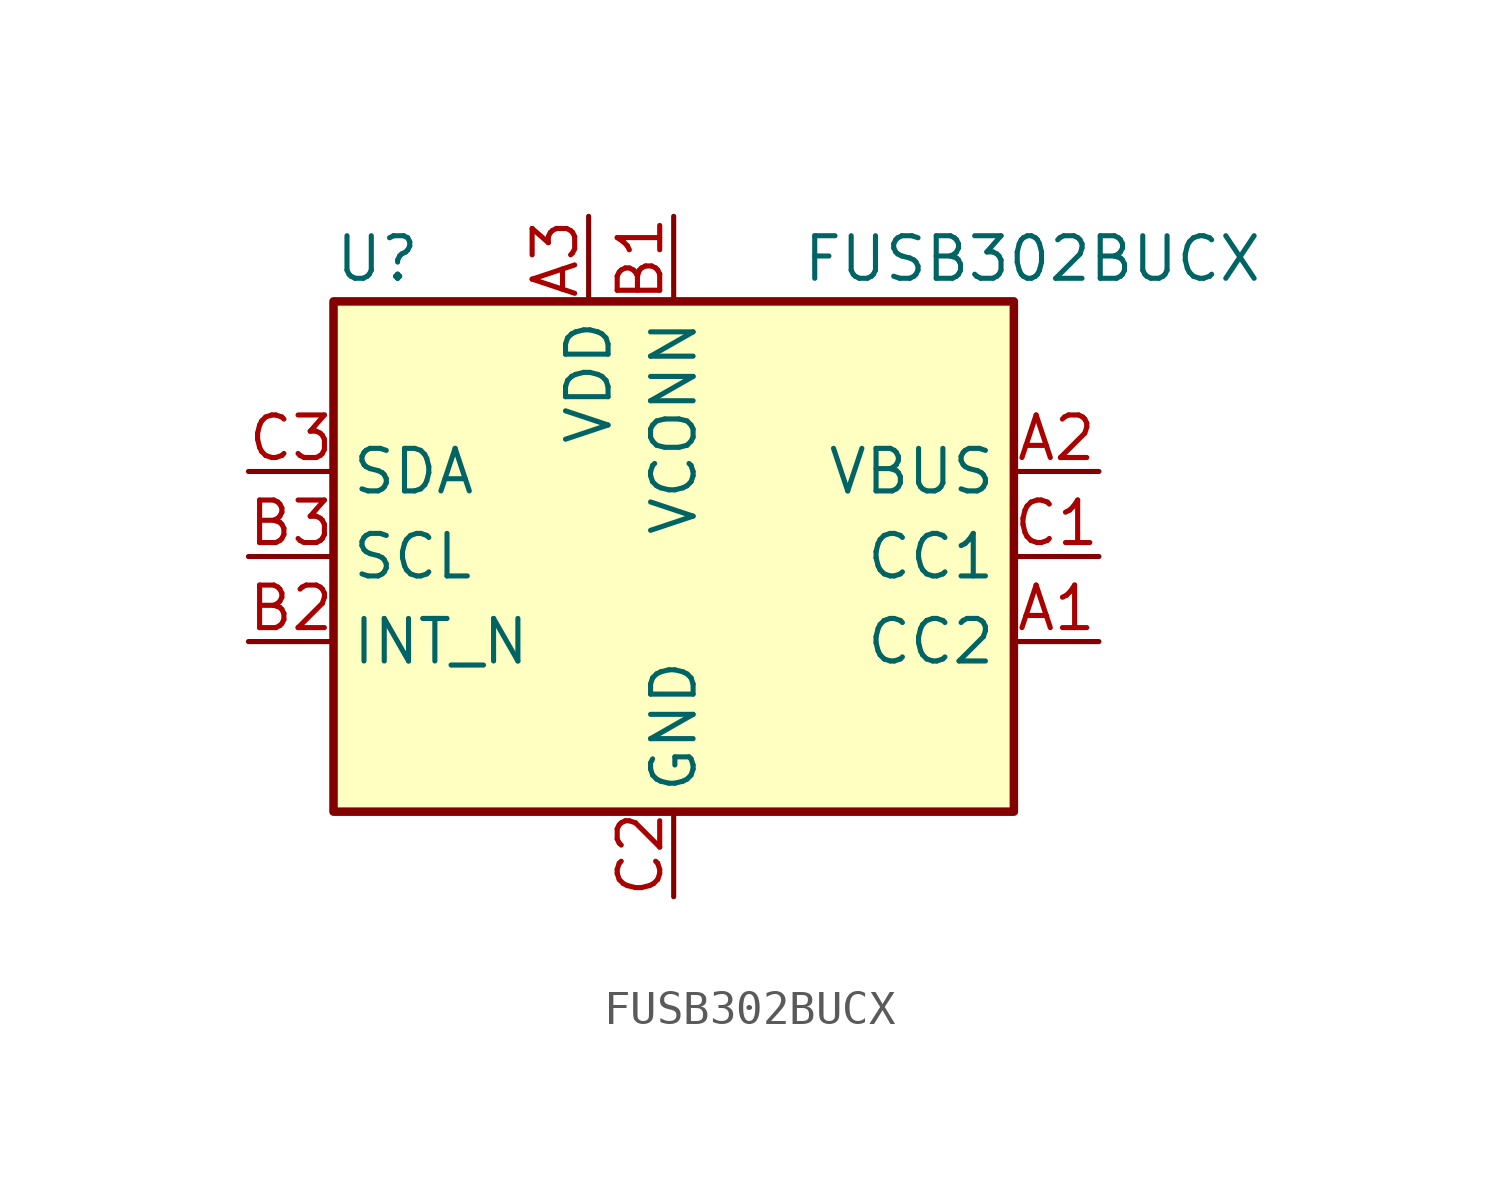
<source format=kicad_sym>
(kicad_symbol_lib
  (version 20220914)
  (generator kicad_symbol_editor)
  (symbol "FUSB302BUCX"
    (property "Reference" "U"
      (at -10.16 8.89 0)
      (effects (font (size 1.27 1.27)) (justify left)))
    (property "Value" "FUSB302BUCX"
      (at 3.81 8.89 0)
      (effects (font (size 1.27 1.27)) (justify left)))
    (symbol "FUSB302BUCX_0_1"
      (rectangle (start -10.16 7.62) (end 10.16 -7.62) (stroke (width 0.254) (type default)) (fill (type background))))
    (symbol "FUSB302BUCX_1_1"
      (pin bidirectional line (at 12.7 -2.54 180) (length 2.54) (name "CC2" (effects (font (size 1.27 1.27)))) (number "A1" (effects (font (size 1.27 1.27)))))
      (pin input line (at 12.7 2.54 180) (length 2.54) (name "VBUS" (effects (font (size 1.27 1.27)))) (number "A2" (effects (font (size 1.27 1.27)))))
      (pin power_in line (at -2.54 10.16 270) (length 2.54) (name "VDD" (effects (font (size 1.27 1.27)))) (number "A3" (effects (font (size 1.27 1.27)))))
      (pin power_in line (at 0 10.16 270) (length 2.54) (name "VCONN" (effects (font (size 1.27 1.27)))) (number "B1" (effects (font (size 1.27 1.27)))))
      (pin open_collector line (at -12.7 -2.54 0) (length 2.54) (name "INT_N" (effects (font (size 1.27 1.27)))) (number "B2" (effects (font (size 1.27 1.27)))))
      (pin input line (at -12.7 0 0) (length 2.54) (name "SCL" (effects (font (size 1.27 1.27)))) (number "B3" (effects (font (size 1.27 1.27)))))
      (pin bidirectional line (at 12.7 0 180) (length 2.54) (name "CC1" (effects (font (size 1.27 1.27)))) (number "C1" (effects (font (size 1.27 1.27)))))
      (pin power_in line (at 0 -10.16 90) (length 2.54) (name "GND" (effects (font (size 1.27 1.27)))) (number "C2" (effects (font (size 1.27 1.27)))))
      (pin bidirectional line (at -12.7 2.54 0) (length 2.54) (name "SDA" (effects (font (size 1.27 1.27)))) (number "C3" (effects (font (size 1.27 1.27))))))))
</source>
